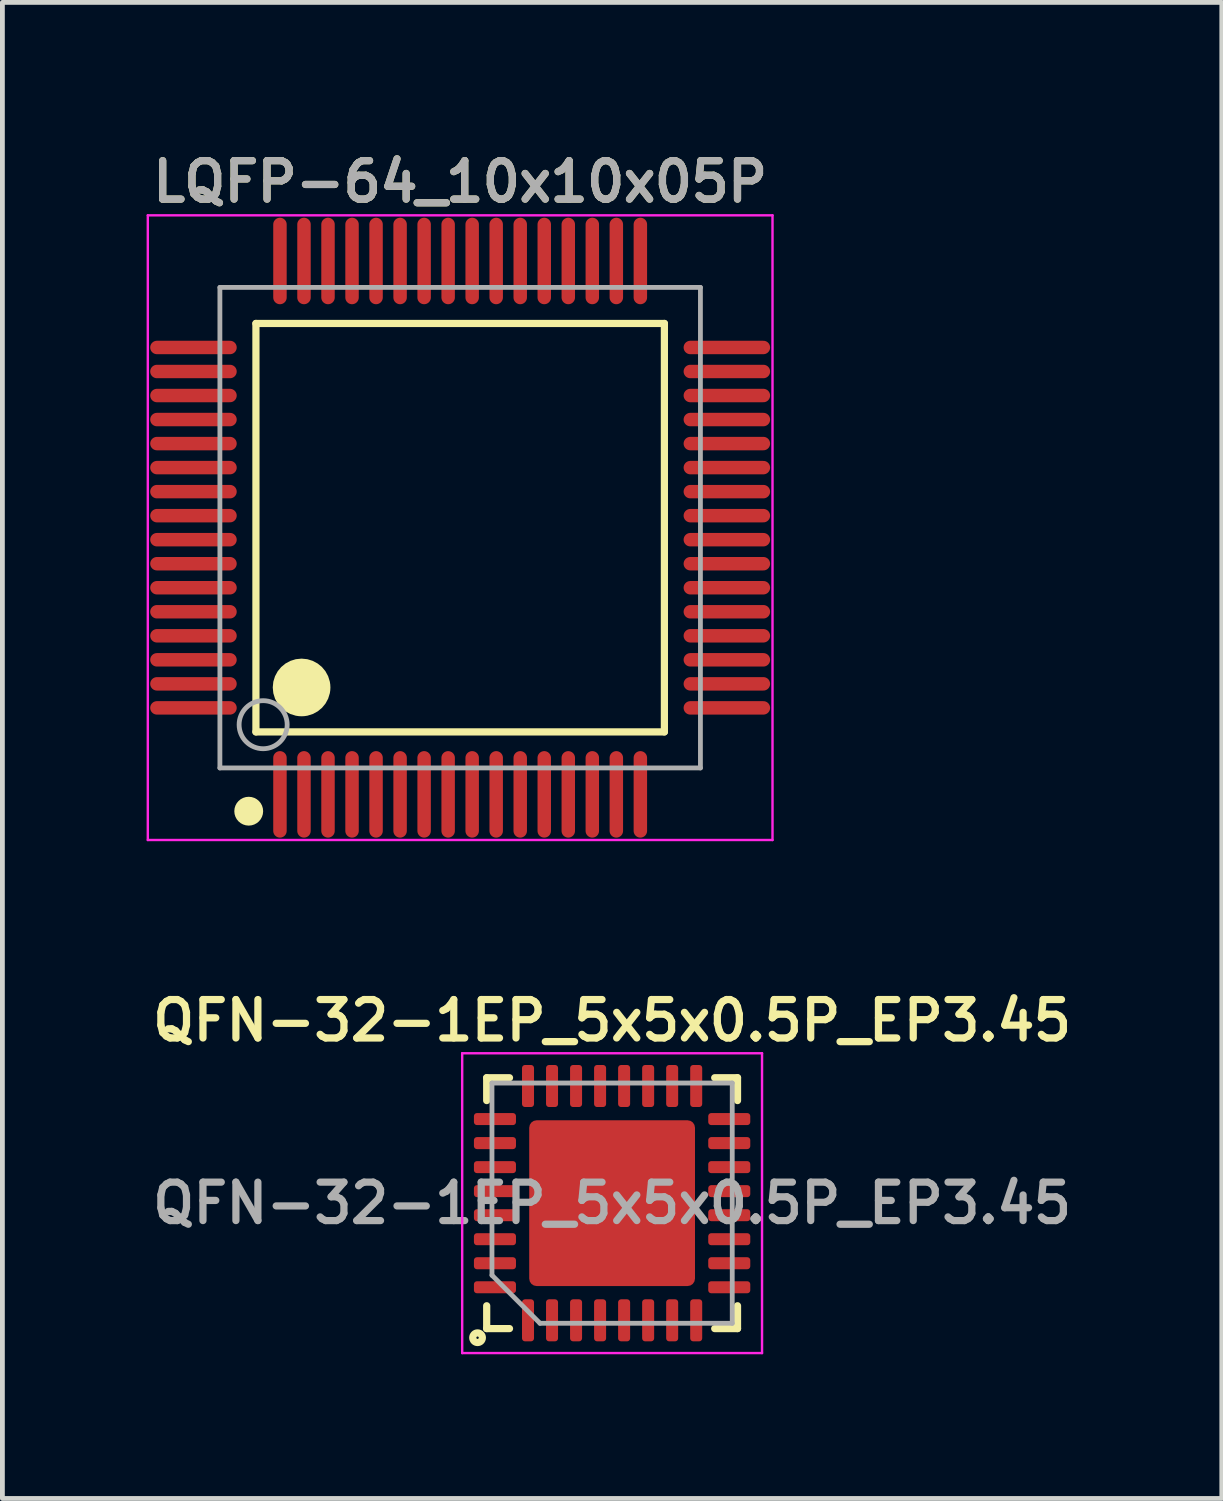
<source format=kicad_pcb>
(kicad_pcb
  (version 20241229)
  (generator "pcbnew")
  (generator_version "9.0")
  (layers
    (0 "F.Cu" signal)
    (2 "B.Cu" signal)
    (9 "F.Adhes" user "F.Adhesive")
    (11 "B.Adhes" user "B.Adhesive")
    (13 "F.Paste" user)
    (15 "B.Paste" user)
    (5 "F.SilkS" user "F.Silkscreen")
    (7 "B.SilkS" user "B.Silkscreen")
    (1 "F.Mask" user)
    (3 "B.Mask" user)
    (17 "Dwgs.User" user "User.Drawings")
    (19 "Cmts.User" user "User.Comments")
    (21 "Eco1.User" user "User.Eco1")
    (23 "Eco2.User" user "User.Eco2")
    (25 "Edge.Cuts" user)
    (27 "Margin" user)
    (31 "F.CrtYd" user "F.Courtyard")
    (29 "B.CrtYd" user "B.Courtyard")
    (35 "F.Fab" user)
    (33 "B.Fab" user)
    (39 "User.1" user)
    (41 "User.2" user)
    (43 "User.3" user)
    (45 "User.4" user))
  (footprint "QFN-32-1EP_5x5x0.5P_EP3.45"
    (layer "F.Cu")
    (at 9.688 21.988)
    (property "Reference" "QFN-32-1EP_5x5x0.5P_EP3.45" (at 0 -3.8 180) (layer "F.SilkS") (effects (font (size 0.8 0.8) (thickness 0.15))))
    (attr smd)
    (fp_line (start -2.61 -2.61) (end -2.135 -2.61) (stroke (width 0.15) (type solid)) (layer "F.SilkS"))
    (fp_line (start -2.61 -2.135) (end -2.61 -2.61) (stroke (width 0.15) (type solid)) (layer "F.SilkS"))
    (fp_line (start -2.61 2.135) (end -2.61 2.61) (stroke (width 0.15) (type solid)) (layer "F.SilkS"))
    (fp_line (start -2.61 2.61) (end -2.135 2.61) (stroke (width 0.15) (type solid)) (layer "F.SilkS"))
    (fp_line (start 2.61 -2.61) (end 2.135 -2.61) (stroke (width 0.15) (type solid)) (layer "F.SilkS"))
    (fp_line (start 2.61 -2.135) (end 2.61 -2.61) (stroke (width 0.15) (type solid)) (layer "F.SilkS"))
    (fp_line (start 2.61 2.135) (end 2.61 2.61) (stroke (width 0.15) (type solid)) (layer "F.SilkS"))
    (fp_line (start 2.61 2.61) (end 2.135 2.61) (stroke (width 0.15) (type solid)) (layer "F.SilkS"))
    (fp_circle (center -2.8 2.8) (end -2.8 2.7) (stroke (width 0.15) (type solid)) (fill no) (layer "F.SilkS"))
    (fp_line (start -3.12 -3.12) (end -3.12 3.12) (stroke (width 0.05) (type solid)) (layer "F.CrtYd"))
    (fp_line (start -3.12 3.12) (end 3.12 3.12) (stroke (width 0.05) (type solid)) (layer "F.CrtYd"))
    (fp_line (start 3.12 -3.12) (end -3.12 -3.12) (stroke (width 0.05) (type solid)) (layer "F.CrtYd"))
    (fp_line (start 3.12 3.12) (end 3.12 -3.12) (stroke (width 0.05) (type solid)) (layer "F.CrtYd"))
    (fp_line (start -2.5 -2.5) (end 2.5 -2.5) (stroke (width 0.1) (type solid)) (layer "F.Fab"))
    (fp_line (start -2.5 1.5) (end -2.5 -2.5) (stroke (width 0.1) (type solid)) (layer "F.Fab"))
    (fp_line (start -1.5 2.5) (end -2.5 1.5) (stroke (width 0.1) (type solid)) (layer "F.Fab"))
    (fp_line (start 2.5 -2.5) (end 2.5 2.5) (stroke (width 0.1) (type solid)) (layer "F.Fab"))
    (fp_line (start 2.5 2.5) (end -1.5 2.5) (stroke (width 0.1) (type solid)) (layer "F.Fab"))
    (fp_text user "${REFERENCE}" (at 0 0 180) (layer "F.Fab") (effects (font (size 0.8 0.8) (thickness 0.15))))
    (pad "" smd roundrect (at -1.15 -1.15 90) (size 0.93 0.93) (layers "F.Paste") (roundrect_rratio 0.25))
    (pad "" smd roundrect (at -1.15 0 90) (size 0.93 0.93) (layers "F.Paste") (roundrect_rratio 0.25))
    (pad "" smd roundrect (at -1.15 1.15 90) (size 0.93 0.93) (layers "F.Paste") (roundrect_rratio 0.25))
    (pad "" smd roundrect (at 0 -1.15 90) (size 0.93 0.93) (layers "F.Paste") (roundrect_rratio 0.25))
    (pad "" smd roundrect (at 0 0 90) (size 0.93 0.93) (layers "F.Paste") (roundrect_rratio 0.25))
    (pad "" smd roundrect (at 0 1.15 90) (size 0.93 0.93) (layers "F.Paste") (roundrect_rratio 0.25))
    (pad "" smd roundrect (at 1.15 -1.15 90) (size 0.93 0.93) (layers "F.Paste") (roundrect_rratio 0.25))
    (pad "" smd roundrect (at 1.15 0 90) (size 0.93 0.93) (layers "F.Paste") (roundrect_rratio 0.25))
    (pad "" smd roundrect (at 1.15 1.15 90) (size 0.93 0.93) (layers "F.Paste") (roundrect_rratio 0.25))
    (pad "1" smd roundrect (at -1.75 2.438 90) (size 0.875 0.25) (layers "F.Cu" "F.Mask" "F.Paste") (roundrect_rratio 0.25))
    (pad "2" smd roundrect (at -1.25 2.438 90) (size 0.875 0.25) (layers "F.Cu" "F.Mask" "F.Paste") (roundrect_rratio 0.25))
    (pad "3" smd roundrect (at -0.75 2.438 90) (size 0.875 0.25) (layers "F.Cu" "F.Mask" "F.Paste") (roundrect_rratio 0.25))
    (pad "4" smd roundrect (at -0.25 2.438 90) (size 0.875 0.25) (layers "F.Cu" "F.Mask" "F.Paste") (roundrect_rratio 0.25))
    (pad "5" smd roundrect (at 0.25 2.438 90) (size 0.875 0.25) (layers "F.Cu" "F.Mask" "F.Paste") (roundrect_rratio 0.25))
    (pad "6" smd roundrect (at 0.75 2.438 90) (size 0.875 0.25) (layers "F.Cu" "F.Mask" "F.Paste") (roundrect_rratio 0.25))
    (pad "7" smd roundrect (at 1.25 2.438 90) (size 0.875 0.25) (layers "F.Cu" "F.Mask" "F.Paste") (roundrect_rratio 0.25))
    (pad "8" smd roundrect (at 1.75 2.438 90) (size 0.875 0.25) (layers "F.Cu" "F.Mask" "F.Paste") (roundrect_rratio 0.25))
    (pad "9" smd roundrect (at 2.438 1.75 90) (size 0.25 0.875) (layers "F.Cu" "F.Mask" "F.Paste") (roundrect_rratio 0.25))
    (pad "10" smd roundrect (at 2.438 1.25 90) (size 0.25 0.875) (layers "F.Cu" "F.Mask" "F.Paste") (roundrect_rratio 0.25))
    (pad "11" smd roundrect (at 2.438 0.75 90) (size 0.25 0.875) (layers "F.Cu" "F.Mask" "F.Paste") (roundrect_rratio 0.25))
    (pad "12" smd roundrect (at 2.438 0.25 90) (size 0.25 0.875) (layers "F.Cu" "F.Mask" "F.Paste") (roundrect_rratio 0.25))
    (pad "13" smd roundrect (at 2.438 -0.25 90) (size 0.25 0.875) (layers "F.Cu" "F.Mask" "F.Paste") (roundrect_rratio 0.25))
    (pad "14" smd roundrect (at 2.438 -0.75 90) (size 0.25 0.875) (layers "F.Cu" "F.Mask" "F.Paste") (roundrect_rratio 0.25))
    (pad "15" smd roundrect (at 2.438 -1.25 90) (size 0.25 0.875) (layers "F.Cu" "F.Mask" "F.Paste") (roundrect_rratio 0.25))
    (pad "16" smd roundrect (at 2.438 -1.75 90) (size 0.25 0.875) (layers "F.Cu" "F.Mask" "F.Paste") (roundrect_rratio 0.25))
    (pad "17" smd roundrect (at 1.75 -2.438 90) (size 0.875 0.25) (layers "F.Cu" "F.Mask" "F.Paste") (roundrect_rratio 0.25))
    (pad "18" smd roundrect (at 1.25 -2.438 90) (size 0.875 0.25) (layers "F.Cu" "F.Mask" "F.Paste") (roundrect_rratio 0.25))
    (pad "19" smd roundrect (at 0.75 -2.438 90) (size 0.875 0.25) (layers "F.Cu" "F.Mask" "F.Paste") (roundrect_rratio 0.25))
    (pad "20" smd roundrect (at 0.25 -2.438 90) (size 0.875 0.25) (layers "F.Cu" "F.Mask" "F.Paste") (roundrect_rratio 0.25))
    (pad "21" smd roundrect (at -0.25 -2.438 90) (size 0.875 0.25) (layers "F.Cu" "F.Mask" "F.Paste") (roundrect_rratio 0.25))
    (pad "22" smd roundrect (at -0.75 -2.438 90) (size 0.875 0.25) (layers "F.Cu" "F.Mask" "F.Paste") (roundrect_rratio 0.25))
    (pad "23" smd roundrect (at -1.25 -2.438 90) (size 0.875 0.25) (layers "F.Cu" "F.Mask" "F.Paste") (roundrect_rratio 0.25))
    (pad "24" smd roundrect (at -1.75 -2.438 90) (size 0.875 0.25) (layers "F.Cu" "F.Mask" "F.Paste") (roundrect_rratio 0.25))
    (pad "25" smd roundrect (at -2.438 -1.75 90) (size 0.25 0.875) (layers "F.Cu" "F.Mask" "F.Paste") (roundrect_rratio 0.25))
    (pad "26" smd roundrect (at -2.438 -1.25 90) (size 0.25 0.875) (layers "F.Cu" "F.Mask" "F.Paste") (roundrect_rratio 0.25))
    (pad "27" smd roundrect (at -2.438 -0.75 90) (size 0.25 0.875) (layers "F.Cu" "F.Mask" "F.Paste") (roundrect_rratio 0.25))
    (pad "28" smd roundrect (at -2.438 -0.25 90) (size 0.25 0.875) (layers "F.Cu" "F.Mask" "F.Paste") (roundrect_rratio 0.25))
    (pad "29" smd roundrect (at -2.438 0.25 90) (size 0.25 0.875) (layers "F.Cu" "F.Mask" "F.Paste") (roundrect_rratio 0.25))
    (pad "30" smd roundrect (at -2.438 0.75 90) (size 0.25 0.875) (layers "F.Cu" "F.Mask" "F.Paste") (roundrect_rratio 0.25))
    (pad "31" smd roundrect (at -2.438 1.25 90) (size 0.25 0.875) (layers "F.Cu" "F.Mask" "F.Paste") (roundrect_rratio 0.25))
    (pad "32" smd roundrect (at -2.438 1.75 90) (size 0.25 0.875) (layers "F.Cu" "F.Mask" "F.Paste") (roundrect_rratio 0.25))
    (pad "33" smd roundrect (at 0 0 90) (size 3.45 3.45) (layers "F.Cu" "F.Mask") (roundrect_rratio 0.045)))
  (footprint "LQFP-64_10x10x05P"
    (layer "F.Cu")
    (at 6.526 7.931)
    (property "Reference" "LQFP-64_10x10x05P" (at 0 -7.2 0) (layer "F.SilkS") (effects (font (size 0.8 0.8) (thickness 0.15))))
    (attr smd)
    (fp_line (start -4.25 -4.25) (end 4.25 -4.25) (stroke (width 0.15) (type solid)) (layer "F.SilkS"))
    (fp_line (start -4.25 4.25) (end -4.25 -4.25) (stroke (width 0.15) (type solid)) (layer "F.SilkS"))
    (fp_line (start -4.25 4.25) (end 4.25 4.25) (stroke (width 0.15) (type solid)) (layer "F.SilkS"))
    (fp_line (start 4.25 4.25) (end 4.25 -4.25) (stroke (width 0.15) (type solid)) (layer "F.SilkS"))
    (fp_circle (center -4.4 5.9) (end -4.25 5.9) (stroke (width 0.3) (type solid)) (fill no) (layer "F.SilkS"))
    (fp_circle (center -3.3 3.325) (end -3 3.325) (stroke (width 0.6) (type solid)) (fill no) (layer "F.SilkS"))
    (fp_line (start -6.5 -6.5) (end 6.5 -6.5) (stroke (width 0.05) (type solid)) (layer "F.CrtYd"))
    (fp_line (start -6.5 6.5) (end -6.5 -6.5) (stroke (width 0.05) (type solid)) (layer "F.CrtYd"))
    (fp_line (start 6.5 -6.5) (end 6.5 6.5) (stroke (width 0.05) (type solid)) (layer "F.CrtYd"))
    (fp_line (start 6.5 6.5) (end -6.5 6.5) (stroke (width 0.05) (type solid)) (layer "F.CrtYd"))
    (fp_line (start -5 -5) (end 5 -5) (stroke (width 0.1) (type solid)) (layer "F.Fab"))
    (fp_line (start -5 5) (end -5 -5) (stroke (width 0.1) (type solid)) (layer "F.Fab"))
    (fp_line (start -5 5) (end 5 5) (stroke (width 0.1) (type solid)) (layer "F.Fab"))
    (fp_line (start 5 5) (end 5 -5) (stroke (width 0.1) (type solid)) (layer "F.Fab"))
    (fp_circle (center -4.1 4.1) (end -3.6 4.1) (stroke (width 0.1) (type solid)) (fill no) (layer "F.Fab"))
    (fp_text user "${REFERENCE}" (at 0 -7.2 0) (layer "F.Fab") (effects (font (size 0.8 0.8) (thickness 0.15))))
    (pad "1" smd oval (at -3.75 5.55 180) (size 0.28 1.8) (layers "F.Cu" "F.Mask" "F.Paste"))
    (pad "2" smd oval (at -3.25 5.55 180) (size 0.28 1.8) (layers "F.Cu" "F.Mask" "F.Paste"))
    (pad "3" smd oval (at -2.75 5.55 180) (size 0.28 1.8) (layers "F.Cu" "F.Mask" "F.Paste"))
    (pad "4" smd oval (at -2.25 5.55 180) (size 0.28 1.8) (layers "F.Cu" "F.Mask" "F.Paste"))
    (pad "5" smd oval (at -1.75 5.55 180) (size 0.28 1.8) (layers "F.Cu" "F.Mask" "F.Paste"))
    (pad "6" smd oval (at -1.25 5.55 180) (size 0.28 1.8) (layers "F.Cu" "F.Mask" "F.Paste"))
    (pad "7" smd oval (at -0.75 5.55 180) (size 0.28 1.8) (layers "F.Cu" "F.Mask" "F.Paste"))
    (pad "8" smd oval (at -0.25 5.55 180) (size 0.28 1.8) (layers "F.Cu" "F.Mask" "F.Paste"))
    (pad "9" smd oval (at 0.25 5.55 180) (size 0.28 1.8) (layers "F.Cu" "F.Mask" "F.Paste"))
    (pad "10" smd oval (at 0.75 5.55 180) (size 0.28 1.8) (layers "F.Cu" "F.Mask" "F.Paste"))
    (pad "11" smd oval (at 1.25 5.55 180) (size 0.28 1.8) (layers "F.Cu" "F.Mask" "F.Paste"))
    (pad "12" smd oval (at 1.75 5.55 180) (size 0.28 1.8) (layers "F.Cu" "F.Mask" "F.Paste"))
    (pad "13" smd oval (at 2.25 5.55 180) (size 0.28 1.8) (layers "F.Cu" "F.Mask" "F.Paste"))
    (pad "14" smd oval (at 2.75 5.55 180) (size 0.28 1.8) (layers "F.Cu" "F.Mask" "F.Paste"))
    (pad "15" smd oval (at 3.25 5.55 180) (size 0.28 1.8) (layers "F.Cu" "F.Mask" "F.Paste"))
    (pad "16" smd oval (at 3.75 5.55 180) (size 0.28 1.8) (layers "F.Cu" "F.Mask" "F.Paste"))
    (pad "17" smd oval (at 5.55 3.75 90) (size 0.28 1.8) (layers "F.Cu" "F.Mask" "F.Paste"))
    (pad "18" smd oval (at 5.55 3.25 90) (size 0.28 1.8) (layers "F.Cu" "F.Mask" "F.Paste"))
    (pad "19" smd oval (at 5.55 2.75 90) (size 0.28 1.8) (layers "F.Cu" "F.Mask" "F.Paste"))
    (pad "20" smd oval (at 5.55 2.25 90) (size 0.28 1.8) (layers "F.Cu" "F.Mask" "F.Paste"))
    (pad "21" smd oval (at 5.55 1.75 90) (size 0.28 1.8) (layers "F.Cu" "F.Mask" "F.Paste"))
    (pad "22" smd oval (at 5.55 1.25 90) (size 0.28 1.8) (layers "F.Cu" "F.Mask" "F.Paste"))
    (pad "23" smd oval (at 5.55 0.75 90) (size 0.28 1.8) (layers "F.Cu" "F.Mask" "F.Paste"))
    (pad "24" smd oval (at 5.55 0.25 90) (size 0.28 1.8) (layers "F.Cu" "F.Mask" "F.Paste"))
    (pad "25" smd oval (at 5.55 -0.25 90) (size 0.28 1.8) (layers "F.Cu" "F.Mask" "F.Paste"))
    (pad "26" smd oval (at 5.55 -0.75 90) (size 0.28 1.8) (layers "F.Cu" "F.Mask" "F.Paste"))
    (pad "27" smd oval (at 5.55 -1.25 90) (size 0.28 1.8) (layers "F.Cu" "F.Mask" "F.Paste"))
    (pad "28" smd oval (at 5.55 -1.75 90) (size 0.28 1.8) (layers "F.Cu" "F.Mask" "F.Paste"))
    (pad "29" smd oval (at 5.55 -2.25 90) (size 0.28 1.8) (layers "F.Cu" "F.Mask" "F.Paste"))
    (pad "30" smd oval (at 5.55 -2.75 90) (size 0.28 1.8) (layers "F.Cu" "F.Mask" "F.Paste"))
    (pad "31" smd oval (at 5.55 -3.25 90) (size 0.28 1.8) (layers "F.Cu" "F.Mask" "F.Paste"))
    (pad "32" smd oval (at 5.55 -3.75 90) (size 0.28 1.8) (layers "F.Cu" "F.Mask" "F.Paste"))
    (pad "33" smd oval (at 3.75 -5.55 180) (size 0.28 1.8) (layers "F.Cu" "F.Mask" "F.Paste"))
    (pad "34" smd oval (at 3.25 -5.55 180) (size 0.28 1.8) (layers "F.Cu" "F.Mask" "F.Paste"))
    (pad "35" smd oval (at 2.75 -5.55 180) (size 0.28 1.8) (layers "F.Cu" "F.Mask" "F.Paste"))
    (pad "36" smd oval (at 2.25 -5.55 180) (size 0.28 1.8) (layers "F.Cu" "F.Mask" "F.Paste"))
    (pad "37" smd oval (at 1.75 -5.55 180) (size 0.28 1.8) (layers "F.Cu" "F.Mask" "F.Paste"))
    (pad "38" smd oval (at 1.25 -5.55 180) (size 0.28 1.8) (layers "F.Cu" "F.Mask" "F.Paste"))
    (pad "39" smd oval (at 0.75 -5.55 180) (size 0.28 1.8) (layers "F.Cu" "F.Mask" "F.Paste"))
    (pad "40" smd oval (at 0.25 -5.55 180) (size 0.28 1.8) (layers "F.Cu" "F.Mask" "F.Paste"))
    (pad "41" smd oval (at -0.25 -5.55 180) (size 0.28 1.8) (layers "F.Cu" "F.Mask" "F.Paste"))
    (pad "42" smd oval (at -0.75 -5.55 180) (size 0.28 1.8) (layers "F.Cu" "F.Mask" "F.Paste"))
    (pad "43" smd oval (at -1.25 -5.55 180) (size 0.28 1.8) (layers "F.Cu" "F.Mask" "F.Paste"))
    (pad "44" smd oval (at -1.75 -5.55 180) (size 0.28 1.8) (layers "F.Cu" "F.Mask" "F.Paste"))
    (pad "45" smd oval (at -2.25 -5.55 180) (size 0.28 1.8) (layers "F.Cu" "F.Mask" "F.Paste"))
    (pad "46" smd oval (at -2.75 -5.55 180) (size 0.28 1.8) (layers "F.Cu" "F.Mask" "F.Paste"))
    (pad "47" smd oval (at -3.25 -5.55 180) (size 0.28 1.8) (layers "F.Cu" "F.Mask" "F.Paste"))
    (pad "48" smd oval (at -3.75 -5.55 180) (size 0.28 1.8) (layers "F.Cu" "F.Mask" "F.Paste"))
    (pad "49" smd oval (at -5.55 -3.75 90) (size 0.28 1.8) (layers "F.Cu" "F.Mask" "F.Paste"))
    (pad "50" smd oval (at -5.55 -3.25 90) (size 0.28 1.8) (layers "F.Cu" "F.Mask" "F.Paste"))
    (pad "51" smd oval (at -5.55 -2.75 90) (size 0.28 1.8) (layers "F.Cu" "F.Mask" "F.Paste"))
    (pad "52" smd oval (at -5.55 -2.25 90) (size 0.28 1.8) (layers "F.Cu" "F.Mask" "F.Paste"))
    (pad "53" smd oval (at -5.55 -1.75 90) (size 0.28 1.8) (layers "F.Cu" "F.Mask" "F.Paste"))
    (pad "54" smd oval (at -5.55 -1.25 90) (size 0.28 1.8) (layers "F.Cu" "F.Mask" "F.Paste"))
    (pad "55" smd oval (at -5.55 -0.75 90) (size 0.28 1.8) (layers "F.Cu" "F.Mask" "F.Paste"))
    (pad "56" smd oval (at -5.55 -0.25 90) (size 0.28 1.8) (layers "F.Cu" "F.Mask" "F.Paste"))
    (pad "57" smd oval (at -5.55 0.25 90) (size 0.28 1.8) (layers "F.Cu" "F.Mask" "F.Paste"))
    (pad "58" smd oval (at -5.55 0.75 90) (size 0.28 1.8) (layers "F.Cu" "F.Mask" "F.Paste"))
    (pad "59" smd oval (at -5.55 1.25 90) (size 0.28 1.8) (layers "F.Cu" "F.Mask" "F.Paste"))
    (pad "60" smd oval (at -5.55 1.75 90) (size 0.28 1.8) (layers "F.Cu" "F.Mask" "F.Paste"))
    (pad "61" smd oval (at -5.55 2.25 90) (size 0.28 1.8) (layers "F.Cu" "F.Mask" "F.Paste"))
    (pad "62" smd oval (at -5.55 2.75 90) (size 0.28 1.8) (layers "F.Cu" "F.Mask" "F.Paste"))
    (pad "63" smd oval (at -5.55 3.25 90) (size 0.28 1.8) (layers "F.Cu" "F.Mask" "F.Paste"))
    (pad "64" smd oval (at -5.55 3.75 90) (size 0.28 1.8) (layers "F.Cu" "F.Mask" "F.Paste")))
  (gr_rect
    (start -3 -3)
    (end 22.376 28.133)
    (stroke (width 0.1) (type default))
    (fill no)
    (layer "Edge.Cuts")))
</source>
